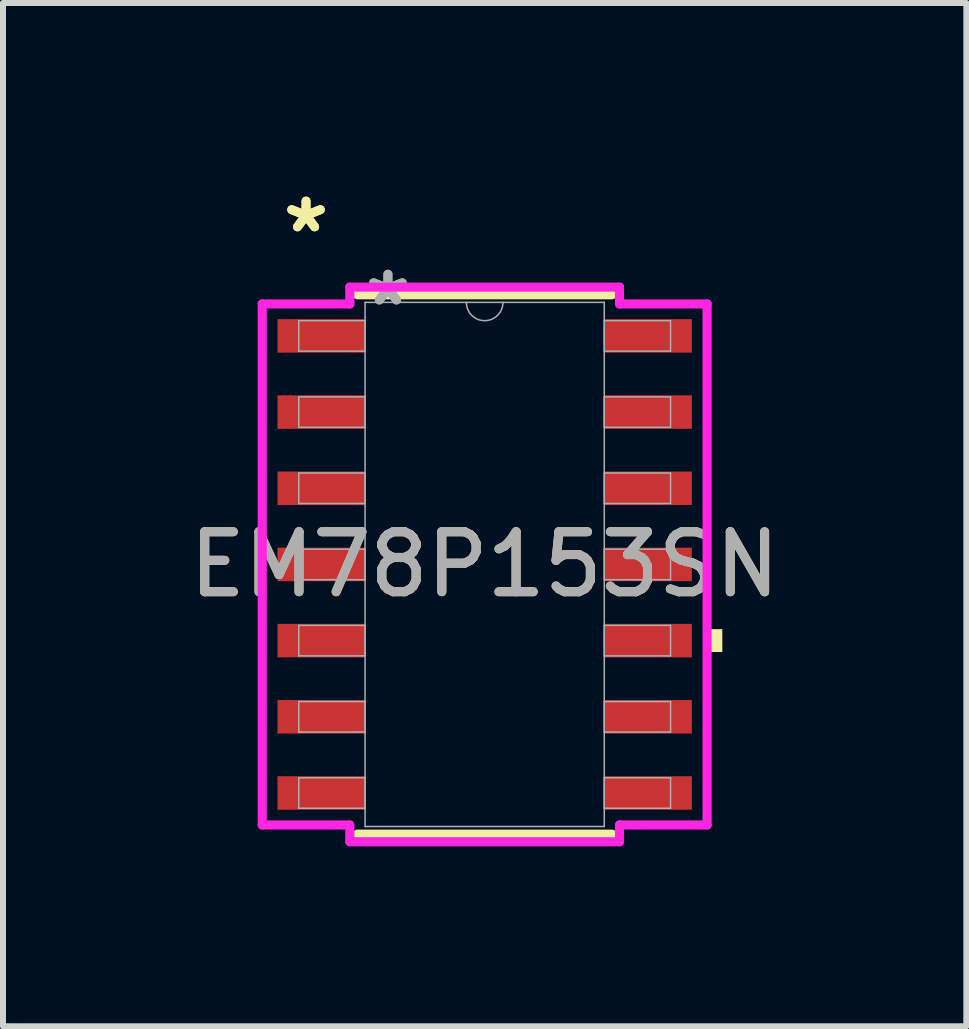
<source format=kicad_pcb>
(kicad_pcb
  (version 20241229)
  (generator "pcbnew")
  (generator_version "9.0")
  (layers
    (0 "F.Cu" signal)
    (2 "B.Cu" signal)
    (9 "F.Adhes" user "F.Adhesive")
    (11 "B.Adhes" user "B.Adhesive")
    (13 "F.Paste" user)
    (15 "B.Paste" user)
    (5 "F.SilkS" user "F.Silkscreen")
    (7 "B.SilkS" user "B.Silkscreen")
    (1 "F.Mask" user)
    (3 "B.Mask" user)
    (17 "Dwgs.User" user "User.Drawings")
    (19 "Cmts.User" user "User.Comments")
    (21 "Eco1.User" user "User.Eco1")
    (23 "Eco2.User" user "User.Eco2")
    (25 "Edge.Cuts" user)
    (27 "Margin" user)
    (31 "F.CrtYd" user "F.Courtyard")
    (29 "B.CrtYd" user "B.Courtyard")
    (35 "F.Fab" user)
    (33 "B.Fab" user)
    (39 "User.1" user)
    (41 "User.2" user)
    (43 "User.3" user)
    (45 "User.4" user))
  (footprint "EM78P153SN"
    (layer "F.Cu")
    (at 5.03 6.36)
    (property "Reference" "EM78P153SN" (at 0 0 0) (unlocked yes) (layer "F.SilkS") (effects (font (size 1 1) (thickness 0.15))))
    (attr smd)
    (fp_line (start -2.121 4.496) (end 2.121 4.496) (stroke (width 0.152) (type solid)) (layer "F.SilkS"))
    (fp_line (start 2.121 -4.496) (end -2.121 -4.496) (stroke (width 0.152) (type solid)) (layer "F.SilkS"))
    (fp_poly (pts (xy 3.962 1.079) (xy 3.962 1.46) (xy 3.708 1.46) (xy 3.708 1.079)) (stroke (width 0) (type solid)) (fill yes) (layer "F.SilkS"))
    (fp_line (start -3.708 -4.343) (end -2.248 -4.343) (stroke (width 0.152) (type solid)) (layer "F.CrtYd"))
    (fp_line (start -3.708 4.343) (end -3.708 -4.343) (stroke (width 0.152) (type solid)) (layer "F.CrtYd"))
    (fp_line (start -3.708 4.343) (end -2.248 4.343) (stroke (width 0.152) (type solid)) (layer "F.CrtYd"))
    (fp_line (start -2.248 -4.623) (end 2.248 -4.623) (stroke (width 0.152) (type solid)) (layer "F.CrtYd"))
    (fp_line (start -2.248 -4.343) (end -2.248 -4.623) (stroke (width 0.152) (type solid)) (layer "F.CrtYd"))
    (fp_line (start -2.248 4.623) (end -2.248 4.343) (stroke (width 0.152) (type solid)) (layer "F.CrtYd"))
    (fp_line (start 2.248 -4.623) (end 2.248 -4.343) (stroke (width 0.152) (type solid)) (layer "F.CrtYd"))
    (fp_line (start 2.248 4.343) (end 2.248 4.623) (stroke (width 0.152) (type solid)) (layer "F.CrtYd"))
    (fp_line (start 2.248 4.623) (end -2.248 4.623) (stroke (width 0.152) (type solid)) (layer "F.CrtYd"))
    (fp_line (start 3.708 -4.343) (end 2.248 -4.343) (stroke (width 0.152) (type solid)) (layer "F.CrtYd"))
    (fp_line (start 3.708 -4.343) (end 3.708 4.343) (stroke (width 0.152) (type solid)) (layer "F.CrtYd"))
    (fp_line (start 3.708 4.343) (end 2.248 4.343) (stroke (width 0.152) (type solid)) (layer "F.CrtYd"))
    (fp_line (start -3.099 -4.064) (end -3.099 -3.556) (stroke (width 0.025) (type solid)) (layer "F.Fab"))
    (fp_line (start -3.099 -3.556) (end -1.994 -3.556) (stroke (width 0.025) (type solid)) (layer "F.Fab"))
    (fp_line (start -3.099 -2.794) (end -3.099 -2.286) (stroke (width 0.025) (type solid)) (layer "F.Fab"))
    (fp_line (start -3.099 -2.286) (end -1.994 -2.286) (stroke (width 0.025) (type solid)) (layer "F.Fab"))
    (fp_line (start -3.099 -1.524) (end -3.099 -1.016) (stroke (width 0.025) (type solid)) (layer "F.Fab"))
    (fp_line (start -3.099 -1.016) (end -1.994 -1.016) (stroke (width 0.025) (type solid)) (layer "F.Fab"))
    (fp_line (start -3.099 -0.254) (end -3.099 0.254) (stroke (width 0.025) (type solid)) (layer "F.Fab"))
    (fp_line (start -3.099 0.254) (end -1.994 0.254) (stroke (width 0.025) (type solid)) (layer "F.Fab"))
    (fp_line (start -3.099 1.016) (end -3.099 1.524) (stroke (width 0.025) (type solid)) (layer "F.Fab"))
    (fp_line (start -3.099 1.524) (end -1.994 1.524) (stroke (width 0.025) (type solid)) (layer "F.Fab"))
    (fp_line (start -3.099 2.286) (end -3.099 2.794) (stroke (width 0.025) (type solid)) (layer "F.Fab"))
    (fp_line (start -3.099 2.794) (end -1.994 2.794) (stroke (width 0.025) (type solid)) (layer "F.Fab"))
    (fp_line (start -3.099 3.556) (end -3.099 4.064) (stroke (width 0.025) (type solid)) (layer "F.Fab"))
    (fp_line (start -3.099 4.064) (end -1.994 4.064) (stroke (width 0.025) (type solid)) (layer "F.Fab"))
    (fp_line (start -1.994 -4.369) (end -1.994 4.369) (stroke (width 0.025) (type solid)) (layer "F.Fab"))
    (fp_line (start -1.994 -4.064) (end -3.099 -4.064) (stroke (width 0.025) (type solid)) (layer "F.Fab"))
    (fp_line (start -1.994 -3.556) (end -1.994 -4.064) (stroke (width 0.025) (type solid)) (layer "F.Fab"))
    (fp_line (start -1.994 -2.794) (end -3.099 -2.794) (stroke (width 0.025) (type solid)) (layer "F.Fab"))
    (fp_line (start -1.994 -2.286) (end -1.994 -2.794) (stroke (width 0.025) (type solid)) (layer "F.Fab"))
    (fp_line (start -1.994 -1.524) (end -3.099 -1.524) (stroke (width 0.025) (type solid)) (layer "F.Fab"))
    (fp_line (start -1.994 -1.016) (end -1.994 -1.524) (stroke (width 0.025) (type solid)) (layer "F.Fab"))
    (fp_line (start -1.994 -0.254) (end -3.099 -0.254) (stroke (width 0.025) (type solid)) (layer "F.Fab"))
    (fp_line (start -1.994 0.254) (end -1.994 -0.254) (stroke (width 0.025) (type solid)) (layer "F.Fab"))
    (fp_line (start -1.994 1.016) (end -3.099 1.016) (stroke (width 0.025) (type solid)) (layer "F.Fab"))
    (fp_line (start -1.994 1.524) (end -1.994 1.016) (stroke (width 0.025) (type solid)) (layer "F.Fab"))
    (fp_line (start -1.994 2.286) (end -3.099 2.286) (stroke (width 0.025) (type solid)) (layer "F.Fab"))
    (fp_line (start -1.994 2.794) (end -1.994 2.286) (stroke (width 0.025) (type solid)) (layer "F.Fab"))
    (fp_line (start -1.994 3.556) (end -3.099 3.556) (stroke (width 0.025) (type solid)) (layer "F.Fab"))
    (fp_line (start -1.994 4.064) (end -1.994 3.556) (stroke (width 0.025) (type solid)) (layer "F.Fab"))
    (fp_line (start -1.994 4.369) (end 1.994 4.369) (stroke (width 0.025) (type solid)) (layer "F.Fab"))
    (fp_line (start 1.994 -4.369) (end -1.994 -4.369) (stroke (width 0.025) (type solid)) (layer "F.Fab"))
    (fp_line (start 1.994 -4.064) (end 1.994 -3.556) (stroke (width 0.025) (type solid)) (layer "F.Fab"))
    (fp_line (start 1.994 -3.556) (end 3.099 -3.556) (stroke (width 0.025) (type solid)) (layer "F.Fab"))
    (fp_line (start 1.994 -2.794) (end 1.994 -2.286) (stroke (width 0.025) (type solid)) (layer "F.Fab"))
    (fp_line (start 1.994 -2.286) (end 3.099 -2.286) (stroke (width 0.025) (type solid)) (layer "F.Fab"))
    (fp_line (start 1.994 -1.524) (end 1.994 -1.016) (stroke (width 0.025) (type solid)) (layer "F.Fab"))
    (fp_line (start 1.994 -1.016) (end 3.099 -1.016) (stroke (width 0.025) (type solid)) (layer "F.Fab"))
    (fp_line (start 1.994 -0.254) (end 1.994 0.254) (stroke (width 0.025) (type solid)) (layer "F.Fab"))
    (fp_line (start 1.994 0.254) (end 3.099 0.254) (stroke (width 0.025) (type solid)) (layer "F.Fab"))
    (fp_line (start 1.994 1.016) (end 1.994 1.524) (stroke (width 0.025) (type solid)) (layer "F.Fab"))
    (fp_line (start 1.994 1.524) (end 3.099 1.524) (stroke (width 0.025) (type solid)) (layer "F.Fab"))
    (fp_line (start 1.994 2.286) (end 1.994 2.794) (stroke (width 0.025) (type solid)) (layer "F.Fab"))
    (fp_line (start 1.994 2.794) (end 3.099 2.794) (stroke (width 0.025) (type solid)) (layer "F.Fab"))
    (fp_line (start 1.994 3.556) (end 1.994 4.064) (stroke (width 0.025) (type solid)) (layer "F.Fab"))
    (fp_line (start 1.994 4.064) (end 3.099 4.064) (stroke (width 0.025) (type solid)) (layer "F.Fab"))
    (fp_line (start 1.994 4.369) (end 1.994 -4.369) (stroke (width 0.025) (type solid)) (layer "F.Fab"))
    (fp_line (start 3.099 -4.064) (end 1.994 -4.064) (stroke (width 0.025) (type solid)) (layer "F.Fab"))
    (fp_line (start 3.099 -3.556) (end 3.099 -4.064) (stroke (width 0.025) (type solid)) (layer "F.Fab"))
    (fp_line (start 3.099 -2.794) (end 1.994 -2.794) (stroke (width 0.025) (type solid)) (layer "F.Fab"))
    (fp_line (start 3.099 -2.286) (end 3.099 -2.794) (stroke (width 0.025) (type solid)) (layer "F.Fab"))
    (fp_line (start 3.099 -1.524) (end 1.994 -1.524) (stroke (width 0.025) (type solid)) (layer "F.Fab"))
    (fp_line (start 3.099 -1.016) (end 3.099 -1.524) (stroke (width 0.025) (type solid)) (layer "F.Fab"))
    (fp_line (start 3.099 -0.254) (end 1.994 -0.254) (stroke (width 0.025) (type solid)) (layer "F.Fab"))
    (fp_line (start 3.099 0.254) (end 3.099 -0.254) (stroke (width 0.025) (type solid)) (layer "F.Fab"))
    (fp_line (start 3.099 1.016) (end 1.994 1.016) (stroke (width 0.025) (type solid)) (layer "F.Fab"))
    (fp_line (start 3.099 1.524) (end 3.099 1.016) (stroke (width 0.025) (type solid)) (layer "F.Fab"))
    (fp_line (start 3.099 2.286) (end 1.994 2.286) (stroke (width 0.025) (type solid)) (layer "F.Fab"))
    (fp_line (start 3.099 2.794) (end 3.099 2.286) (stroke (width 0.025) (type solid)) (layer "F.Fab"))
    (fp_line (start 3.099 3.556) (end 1.994 3.556) (stroke (width 0.025) (type solid)) (layer "F.Fab"))
    (fp_line (start 3.099 4.064) (end 3.099 3.556) (stroke (width 0.025) (type solid)) (layer "F.Fab"))
    (fp_arc (start 0.3048 -4.3688) (mid 0 -4.064) (end -0.3048 -4.3688) (stroke (width 0.0254) (type solid)) (layer "F.Fab"))
    (fp_text user "*" (at -2.978 -5.512 0) (unlocked yes) (layer "F.SilkS") (effects (font (size 1 1) (thickness 0.15))))
    (fp_text user "*" (at -2.978 -5.512 0) (layer "F.SilkS") (effects (font (size 1 1) (thickness 0.15))))
    (fp_text user "*" (at -1.613 -4.293 0) (layer "F.Fab") (effects (font (size 1 1) (thickness 0.15))))
    (fp_text user "${REFERENCE}" (at 0 0 0) (unlocked yes) (layer "F.Fab") (effects (font (size 1 1) (thickness 0.15))))
    (fp_text user "*" (at -1.613 -4.293 0) (unlocked yes) (layer "F.Fab") (effects (font (size 1 1) (thickness 0.15))))
    (pad "1" smd rect (at -2.724 -3.81) (size 1.46 0.559) (layers "F.Cu" "F.Mask" "F.Paste"))
    (pad "2" smd rect (at -2.724 -2.54) (size 1.46 0.559) (layers "F.Cu" "F.Mask" "F.Paste"))
    (pad "3" smd rect (at -2.724 -1.27) (size 1.46 0.559) (layers "F.Cu" "F.Mask" "F.Paste"))
    (pad "4" smd rect (at -2.724 0) (size 1.46 0.559) (layers "F.Cu" "F.Mask" "F.Paste"))
    (pad "5" smd rect (at -2.724 1.27) (size 1.46 0.559) (layers "F.Cu" "F.Mask" "F.Paste"))
    (pad "6" smd rect (at -2.724 2.54) (size 1.46 0.559) (layers "F.Cu" "F.Mask" "F.Paste"))
    (pad "7" smd rect (at -2.724 3.81) (size 1.46 0.559) (layers "F.Cu" "F.Mask" "F.Paste"))
    (pad "8" smd rect (at 2.724 3.81) (size 1.46 0.559) (layers "F.Cu" "F.Mask" "F.Paste"))
    (pad "9" smd rect (at 2.724 2.54) (size 1.46 0.559) (layers "F.Cu" "F.Mask" "F.Paste"))
    (pad "10" smd rect (at 2.724 1.27) (size 1.46 0.559) (layers "F.Cu" "F.Mask" "F.Paste"))
    (pad "11" smd rect (at 2.724 0) (size 1.46 0.559) (layers "F.Cu" "F.Mask" "F.Paste"))
    (pad "12" smd rect (at 2.724 -1.27) (size 1.46 0.559) (layers "F.Cu" "F.Mask" "F.Paste"))
    (pad "13" smd rect (at 2.724 -2.54) (size 1.46 0.559) (layers "F.Cu" "F.Mask" "F.Paste"))
    (pad "14" smd rect (at 2.724 -3.81) (size 1.46 0.559) (layers "F.Cu" "F.Mask" "F.Paste")))
  (gr_rect
    (start -3 -3)
    (end 13.06 14.059)
    (stroke (width 0.1) (type default))
    (fill no)
    (layer "Edge.Cuts")))
</source>
